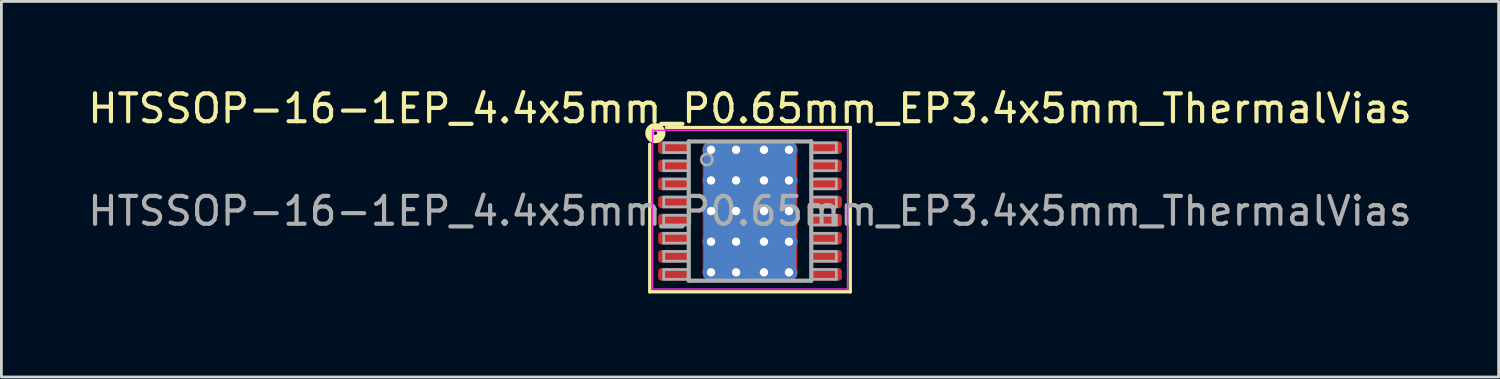
<source format=kicad_pcb>
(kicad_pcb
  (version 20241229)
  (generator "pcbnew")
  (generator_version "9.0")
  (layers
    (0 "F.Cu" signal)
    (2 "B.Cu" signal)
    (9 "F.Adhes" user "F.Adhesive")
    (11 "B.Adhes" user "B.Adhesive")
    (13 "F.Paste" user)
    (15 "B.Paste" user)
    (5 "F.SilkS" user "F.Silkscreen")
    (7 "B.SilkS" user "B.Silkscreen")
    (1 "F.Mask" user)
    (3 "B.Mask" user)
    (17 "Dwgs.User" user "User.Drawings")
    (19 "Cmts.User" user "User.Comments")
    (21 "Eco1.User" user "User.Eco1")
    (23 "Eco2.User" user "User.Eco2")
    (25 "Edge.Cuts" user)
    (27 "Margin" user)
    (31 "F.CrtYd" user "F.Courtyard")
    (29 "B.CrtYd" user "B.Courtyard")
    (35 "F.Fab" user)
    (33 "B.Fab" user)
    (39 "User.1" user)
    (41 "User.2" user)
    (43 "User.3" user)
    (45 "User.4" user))
  (footprint "HTSSOP-16-1EP_4.4x5mm_P0.65mm_EP3.4x5mm_ThermalVias"
    (layer "F.Cu")
    (at 23.887 4.531)
    (property "Reference" "HTSSOP-16-1EP_4.4x5mm_P0.65mm_EP3.4x5mm_ThermalVias" (at 0 -3.683 0) (layer "F.SilkS") (effects (font (size 1 1) (thickness 0.15))))
    (attr smd)
    (fp_line (start -3.6 -2.4) (end -3.6 2.9) (stroke (width 0.12) (type solid)) (layer "F.SilkS"))
    (fp_line (start -3.6 2.9) (end 3.6 2.9) (stroke (width 0.12) (type solid)) (layer "F.SilkS"))
    (fp_line (start 3.6 -3) (end -3 -3) (stroke (width 0.12) (type solid)) (layer "F.SilkS"))
    (fp_line (start 3.6 2.9) (end 3.6 -3) (stroke (width 0.12) (type solid)) (layer "F.SilkS"))
    (fp_circle (center -3.4 -2.8) (end -3.337 -2.8) (stroke (width 0.3) (type solid)) (fill no) (layer "F.SilkS"))
    (fp_line (start -3.5 -2.9) (end -3.5 2.8) (stroke (width 0.05) (type solid)) (layer "F.CrtYd"))
    (fp_line (start -3.5 -2.9) (end 3.5 -2.9) (stroke (width 0.05) (type solid)) (layer "F.CrtYd"))
    (fp_line (start -3.5 2.8) (end 3.5 2.8) (stroke (width 0.05) (type solid)) (layer "F.CrtYd"))
    (fp_line (start 3.5 -2.9) (end 3.5 2.8) (stroke (width 0.05) (type solid)) (layer "F.CrtYd"))
    (fp_line (start -3.1 -2.45) (end -3.1 -2.1) (stroke (width 0.1) (type solid)) (layer "F.Fab"))
    (fp_line (start -3.1 -2.45) (end -2.2 -2.45) (stroke (width 0.1) (type solid)) (layer "F.Fab"))
    (fp_line (start -3.1 -2.1) (end -2.2 -2.1) (stroke (width 0.1) (type solid)) (layer "F.Fab"))
    (fp_line (start -3.1 -1.8) (end -3.1 -1.45) (stroke (width 0.1) (type solid)) (layer "F.Fab"))
    (fp_line (start -3.1 -1.8) (end -2.2 -1.8) (stroke (width 0.1) (type solid)) (layer "F.Fab"))
    (fp_line (start -3.1 -1.45) (end -2.2 -1.45) (stroke (width 0.1) (type solid)) (layer "F.Fab"))
    (fp_line (start -3.1 -1.15) (end -3.1 -0.8) (stroke (width 0.1) (type solid)) (layer "F.Fab"))
    (fp_line (start -3.1 -1.15) (end -2.2 -1.15) (stroke (width 0.1) (type solid)) (layer "F.Fab"))
    (fp_line (start -3.1 -0.8) (end -2.2 -0.8) (stroke (width 0.1) (type solid)) (layer "F.Fab"))
    (fp_line (start -3.1 -0.5) (end -3.1 -0.15) (stroke (width 0.1) (type solid)) (layer "F.Fab"))
    (fp_line (start -3.1 -0.5) (end -2.2 -0.5) (stroke (width 0.1) (type solid)) (layer "F.Fab"))
    (fp_line (start -3.1 -0.15) (end -2.2 -0.15) (stroke (width 0.1) (type solid)) (layer "F.Fab"))
    (fp_line (start -3.1 0.15) (end -3.1 0.5) (stroke (width 0.1) (type solid)) (layer "F.Fab"))
    (fp_line (start -3.1 0.15) (end -2.2 0.15) (stroke (width 0.1) (type solid)) (layer "F.Fab"))
    (fp_line (start -3.1 0.5) (end -2.2 0.5) (stroke (width 0.1) (type solid)) (layer "F.Fab"))
    (fp_line (start -3.1 0.8) (end -3.1 1.15) (stroke (width 0.1) (type solid)) (layer "F.Fab"))
    (fp_line (start -3.1 0.8) (end -2.2 0.8) (stroke (width 0.1) (type solid)) (layer "F.Fab"))
    (fp_line (start -3.1 1.15) (end -2.2 1.15) (stroke (width 0.1) (type solid)) (layer "F.Fab"))
    (fp_line (start -3.1 1.45) (end -3.1 1.8) (stroke (width 0.1) (type solid)) (layer "F.Fab"))
    (fp_line (start -3.1 1.45) (end -2.2 1.45) (stroke (width 0.1) (type solid)) (layer "F.Fab"))
    (fp_line (start -3.1 1.8) (end -2.2 1.8) (stroke (width 0.1) (type solid)) (layer "F.Fab"))
    (fp_line (start -3.1 2.1) (end -3.1 2.45) (stroke (width 0.1) (type solid)) (layer "F.Fab"))
    (fp_line (start -3.1 2.1) (end -2.2 2.1) (stroke (width 0.1) (type solid)) (layer "F.Fab"))
    (fp_line (start -3.1 2.45) (end -2.2 2.45) (stroke (width 0.1) (type solid)) (layer "F.Fab"))
    (fp_line (start -2.2 -2.5) (end 2.2 -2.5) (stroke (width 0.15) (type solid)) (layer "F.Fab"))
    (fp_line (start -2.2 2.5) (end -2.2 -2.5) (stroke (width 0.15) (type solid)) (layer "F.Fab"))
    (fp_line (start 2.2 -2.5) (end 2.2 2.5) (stroke (width 0.15) (type solid)) (layer "F.Fab"))
    (fp_line (start 2.2 2.5) (end -2.2 2.5) (stroke (width 0.15) (type solid)) (layer "F.Fab"))
    (fp_line (start 3.1 -2.45) (end 2.2 -2.45) (stroke (width 0.1) (type solid)) (layer "F.Fab"))
    (fp_line (start 3.1 -2.1) (end 2.2 -2.1) (stroke (width 0.1) (type solid)) (layer "F.Fab"))
    (fp_line (start 3.1 -2.1) (end 3.1 -2.45) (stroke (width 0.1) (type solid)) (layer "F.Fab"))
    (fp_line (start 3.1 -1.8) (end 2.2 -1.8) (stroke (width 0.1) (type solid)) (layer "F.Fab"))
    (fp_line (start 3.1 -1.45) (end 2.2 -1.45) (stroke (width 0.1) (type solid)) (layer "F.Fab"))
    (fp_line (start 3.1 -1.45) (end 3.1 -1.8) (stroke (width 0.1) (type solid)) (layer "F.Fab"))
    (fp_line (start 3.1 -1.15) (end 2.2 -1.15) (stroke (width 0.1) (type solid)) (layer "F.Fab"))
    (fp_line (start 3.1 -0.8) (end 2.2 -0.8) (stroke (width 0.1) (type solid)) (layer "F.Fab"))
    (fp_line (start 3.1 -0.8) (end 3.1 -1.15) (stroke (width 0.1) (type solid)) (layer "F.Fab"))
    (fp_line (start 3.1 -0.5) (end 2.2 -0.5) (stroke (width 0.1) (type solid)) (layer "F.Fab"))
    (fp_line (start 3.1 -0.15) (end 2.2 -0.15) (stroke (width 0.1) (type solid)) (layer "F.Fab"))
    (fp_line (start 3.1 -0.15) (end 3.1 -0.5) (stroke (width 0.1) (type solid)) (layer "F.Fab"))
    (fp_line (start 3.1 0.15) (end 2.2 0.15) (stroke (width 0.1) (type solid)) (layer "F.Fab"))
    (fp_line (start 3.1 0.5) (end 2.2 0.5) (stroke (width 0.1) (type solid)) (layer "F.Fab"))
    (fp_line (start 3.1 0.5) (end 3.1 0.15) (stroke (width 0.1) (type solid)) (layer "F.Fab"))
    (fp_line (start 3.1 0.8) (end 2.2 0.8) (stroke (width 0.1) (type solid)) (layer "F.Fab"))
    (fp_line (start 3.1 1.15) (end 2.2 1.15) (stroke (width 0.1) (type solid)) (layer "F.Fab"))
    (fp_line (start 3.1 1.15) (end 3.1 0.8) (stroke (width 0.1) (type solid)) (layer "F.Fab"))
    (fp_line (start 3.1 1.45) (end 2.2 1.45) (stroke (width 0.1) (type solid)) (layer "F.Fab"))
    (fp_line (start 3.1 1.8) (end 2.2 1.8) (stroke (width 0.1) (type solid)) (layer "F.Fab"))
    (fp_line (start 3.1 1.8) (end 3.1 1.45) (stroke (width 0.1) (type solid)) (layer "F.Fab"))
    (fp_line (start 3.1 2.1) (end 2.2 2.1) (stroke (width 0.1) (type solid)) (layer "F.Fab"))
    (fp_line (start 3.1 2.45) (end 2.2 2.45) (stroke (width 0.1) (type solid)) (layer "F.Fab"))
    (fp_line (start 3.1 2.45) (end 3.1 2.1) (stroke (width 0.1) (type solid)) (layer "F.Fab"))
    (fp_circle (center -1.55 -1.85) (end -1.35 -1.85) (stroke (width 0.1) (type solid)) (fill no) (layer "F.Fab"))
    (fp_text user "${REFERENCE}" (at 0 0 0) (layer "F.Fab") (effects (font (size 1 1) (thickness 0.15))))
    (pad "" smd roundrect (at -1.05 -1.75) (size 0.9 1.1) (layers "F.Paste") (roundrect_rratio 0.25))
    (pad "" smd roundrect (at -1.05 -0.55) (size 0.9 0.9) (layers "F.Paste") (roundrect_rratio 0.25))
    (pad "" smd roundrect (at -1.05 0.5) (size 0.9 0.9) (layers "F.Paste") (roundrect_rratio 0.25))
    (pad "" smd roundrect (at -1.05 1.725) (size 0.9 1.15) (layers "F.Paste") (roundrect_rratio 0.25))
    (pad "" smd roundrect (at 0 -1.75) (size 0.8 1.1) (layers "F.Paste") (roundrect_rratio 0.25))
    (pad "" smd roundrect (at 0 -0.55) (size 0.8 0.9) (layers "F.Paste") (roundrect_rratio 0.25))
    (pad "" smd roundrect (at 0 0.5) (size 0.8 0.9) (layers "F.Paste") (roundrect_rratio 0.25))
    (pad "" smd roundrect (at 0 1.725) (size 0.8 1.15) (layers "F.Paste") (roundrect_rratio 0.25))
    (pad "" smd roundrect (at 1.05 -1.75) (size 0.9 1.1) (layers "F.Paste") (roundrect_rratio 0.25))
    (pad "" smd roundrect (at 1.05 -0.55) (size 0.9 0.9) (layers "F.Paste") (roundrect_rratio 0.25))
    (pad "" smd roundrect (at 1.05 0.5) (size 0.9 0.9) (layers "F.Paste") (roundrect_rratio 0.25))
    (pad "" smd roundrect (at 1.05 1.725) (size 0.9 1.15) (layers "F.Paste") (roundrect_rratio 0.25))
    (pad "1" smd roundrect (at -2.775 -2.275) (size 1.05 0.45) (layers "F.Cu" "F.Mask" "F.Paste") (roundrect_rratio 0.25))
    (pad "2" smd roundrect (at -2.775 -1.625) (size 1.05 0.45) (layers "F.Cu" "F.Mask" "F.Paste") (roundrect_rratio 0.25))
    (pad "3" smd roundrect (at -2.775 -0.975) (size 1.05 0.45) (layers "F.Cu" "F.Mask" "F.Paste") (roundrect_rratio 0.25))
    (pad "4" smd roundrect (at -2.775 -0.325) (size 1.05 0.45) (layers "F.Cu" "F.Mask" "F.Paste") (roundrect_rratio 0.25))
    (pad "5" smd roundrect (at -2.775 0.325) (size 1.05 0.45) (layers "F.Cu" "F.Mask" "F.Paste") (roundrect_rratio 0.25))
    (pad "6" smd roundrect (at -2.775 0.975) (size 1.05 0.45) (layers "F.Cu" "F.Mask" "F.Paste") (roundrect_rratio 0.25))
    (pad "7" smd roundrect (at -2.775 1.625) (size 1.05 0.45) (layers "F.Cu" "F.Mask" "F.Paste") (roundrect_rratio 0.25))
    (pad "8" smd roundrect (at -2.775 2.275) (size 1.05 0.45) (layers "F.Cu" "F.Mask" "F.Paste") (roundrect_rratio 0.25))
    (pad "9" smd roundrect (at 2.775 2.275) (size 1.05 0.45) (layers "F.Cu" "F.Mask" "F.Paste") (roundrect_rratio 0.25))
    (pad "10" smd roundrect (at 2.775 1.625) (size 1.05 0.45) (layers "F.Cu" "F.Mask" "F.Paste") (roundrect_rratio 0.25))
    (pad "11" smd roundrect (at 2.775 0.975) (size 1.05 0.45) (layers "F.Cu" "F.Mask" "F.Paste") (roundrect_rratio 0.25))
    (pad "12" smd roundrect (at 2.775 0.325) (size 1.05 0.45) (layers "F.Cu" "F.Mask" "F.Paste") (roundrect_rratio 0.25))
    (pad "13" smd roundrect (at 2.775 -0.325) (size 1.05 0.45) (layers "F.Cu" "F.Mask" "F.Paste") (roundrect_rratio 0.25))
    (pad "14" smd roundrect (at 2.775 -0.975) (size 1.05 0.45) (layers "F.Cu" "F.Mask" "F.Paste") (roundrect_rratio 0.25))
    (pad "15" smd roundrect (at 2.775 -1.625) (size 1.05 0.45) (layers "F.Cu" "F.Mask" "F.Paste") (roundrect_rratio 0.25))
    (pad "16" smd roundrect (at 2.775 -2.275) (size 1.05 0.45) (layers "F.Cu" "F.Mask" "F.Paste") (roundrect_rratio 0.25))
    (pad "17" thru_hole circle (at -1.4 -2.2) (size 0.6 0.6) (drill 0.3) (property pad_prop_heatsink) (layers "*.Cu"))
    (pad "17" thru_hole circle (at -1.4 -1.1) (size 0.6 0.6) (drill 0.3) (property pad_prop_heatsink) (layers "*.Cu"))
    (pad "17" thru_hole circle (at -1.4 0) (size 0.6 0.6) (drill 0.3) (property pad_prop_heatsink) (layers "*.Cu"))
    (pad "17" thru_hole circle (at -1.4 1.1) (size 0.6 0.6) (drill 0.3) (property pad_prop_heatsink) (layers "*.Cu"))
    (pad "17" thru_hole circle (at -1.4 2.2) (size 0.6 0.6) (drill 0.3) (property pad_prop_heatsink) (layers "*.Cu"))
    (pad "17" thru_hole circle (at -0.5 -2.2) (size 0.6 0.6) (drill 0.3) (property pad_prop_heatsink) (layers "*.Cu"))
    (pad "17" thru_hole circle (at -0.5 -1.1) (size 0.6 0.6) (drill 0.3) (property pad_prop_heatsink) (layers "*.Cu"))
    (pad "17" thru_hole circle (at -0.5 0) (size 0.6 0.6) (drill 0.3) (property pad_prop_heatsink) (layers "*.Cu"))
    (pad "17" thru_hole circle (at -0.5 1.1) (size 0.6 0.6) (drill 0.3) (property pad_prop_heatsink) (layers "*.Cu"))
    (pad "17" thru_hole circle (at -0.5 2.2) (size 0.6 0.6) (drill 0.3) (property pad_prop_heatsink) (layers "*.Cu"))
    (pad "17" smd roundrect (at 0 0) (size 3.3 4.9) (layers "B.Cu" "B.Mask") (roundrect_rratio 0.076))
    (pad "17" smd roundrect (at 0 0) (size 3.4 5) (layers "F.Cu" "F.Mask") (roundrect_rratio 0.074))
    (pad "17" thru_hole circle (at 0.5 -2.2) (size 0.6 0.6) (drill 0.3) (property pad_prop_heatsink) (layers "*.Cu"))
    (pad "17" thru_hole circle (at 0.5 -1.1) (size 0.6 0.6) (drill 0.3) (property pad_prop_heatsink) (layers "*.Cu"))
    (pad "17" thru_hole circle (at 0.5 0) (size 0.6 0.6) (drill 0.3) (property pad_prop_heatsink) (layers "*.Cu"))
    (pad "17" thru_hole circle (at 0.5 1.1) (size 0.6 0.6) (drill 0.3) (property pad_prop_heatsink) (layers "*.Cu"))
    (pad "17" thru_hole circle (at 0.5 2.2) (size 0.6 0.6) (drill 0.3) (property pad_prop_heatsink) (layers "*.Cu"))
    (pad "17" thru_hole circle (at 1.4 -2.2) (size 0.6 0.6) (drill 0.3) (property pad_prop_heatsink) (layers "*.Cu"))
    (pad "17" thru_hole circle (at 1.4 -1.1) (size 0.6 0.6) (drill 0.3) (property pad_prop_heatsink) (layers "*.Cu"))
    (pad "17" thru_hole circle (at 1.4 0) (size 0.6 0.6) (drill 0.3) (property pad_prop_heatsink) (layers "*.Cu"))
    (pad "17" thru_hole circle (at 1.4 1.1) (size 0.6 0.6) (drill 0.3) (property pad_prop_heatsink) (layers "*.Cu"))
    (pad "17" thru_hole circle (at 1.4 2.2) (size 0.6 0.6) (drill 0.3) (property pad_prop_heatsink) (layers "*.Cu")))
  (gr_rect
    (start -3 -3)
    (end 50.774 10.491)
    (stroke (width 0.1) (type default))
    (fill no)
    (layer "Edge.Cuts")))
</source>
